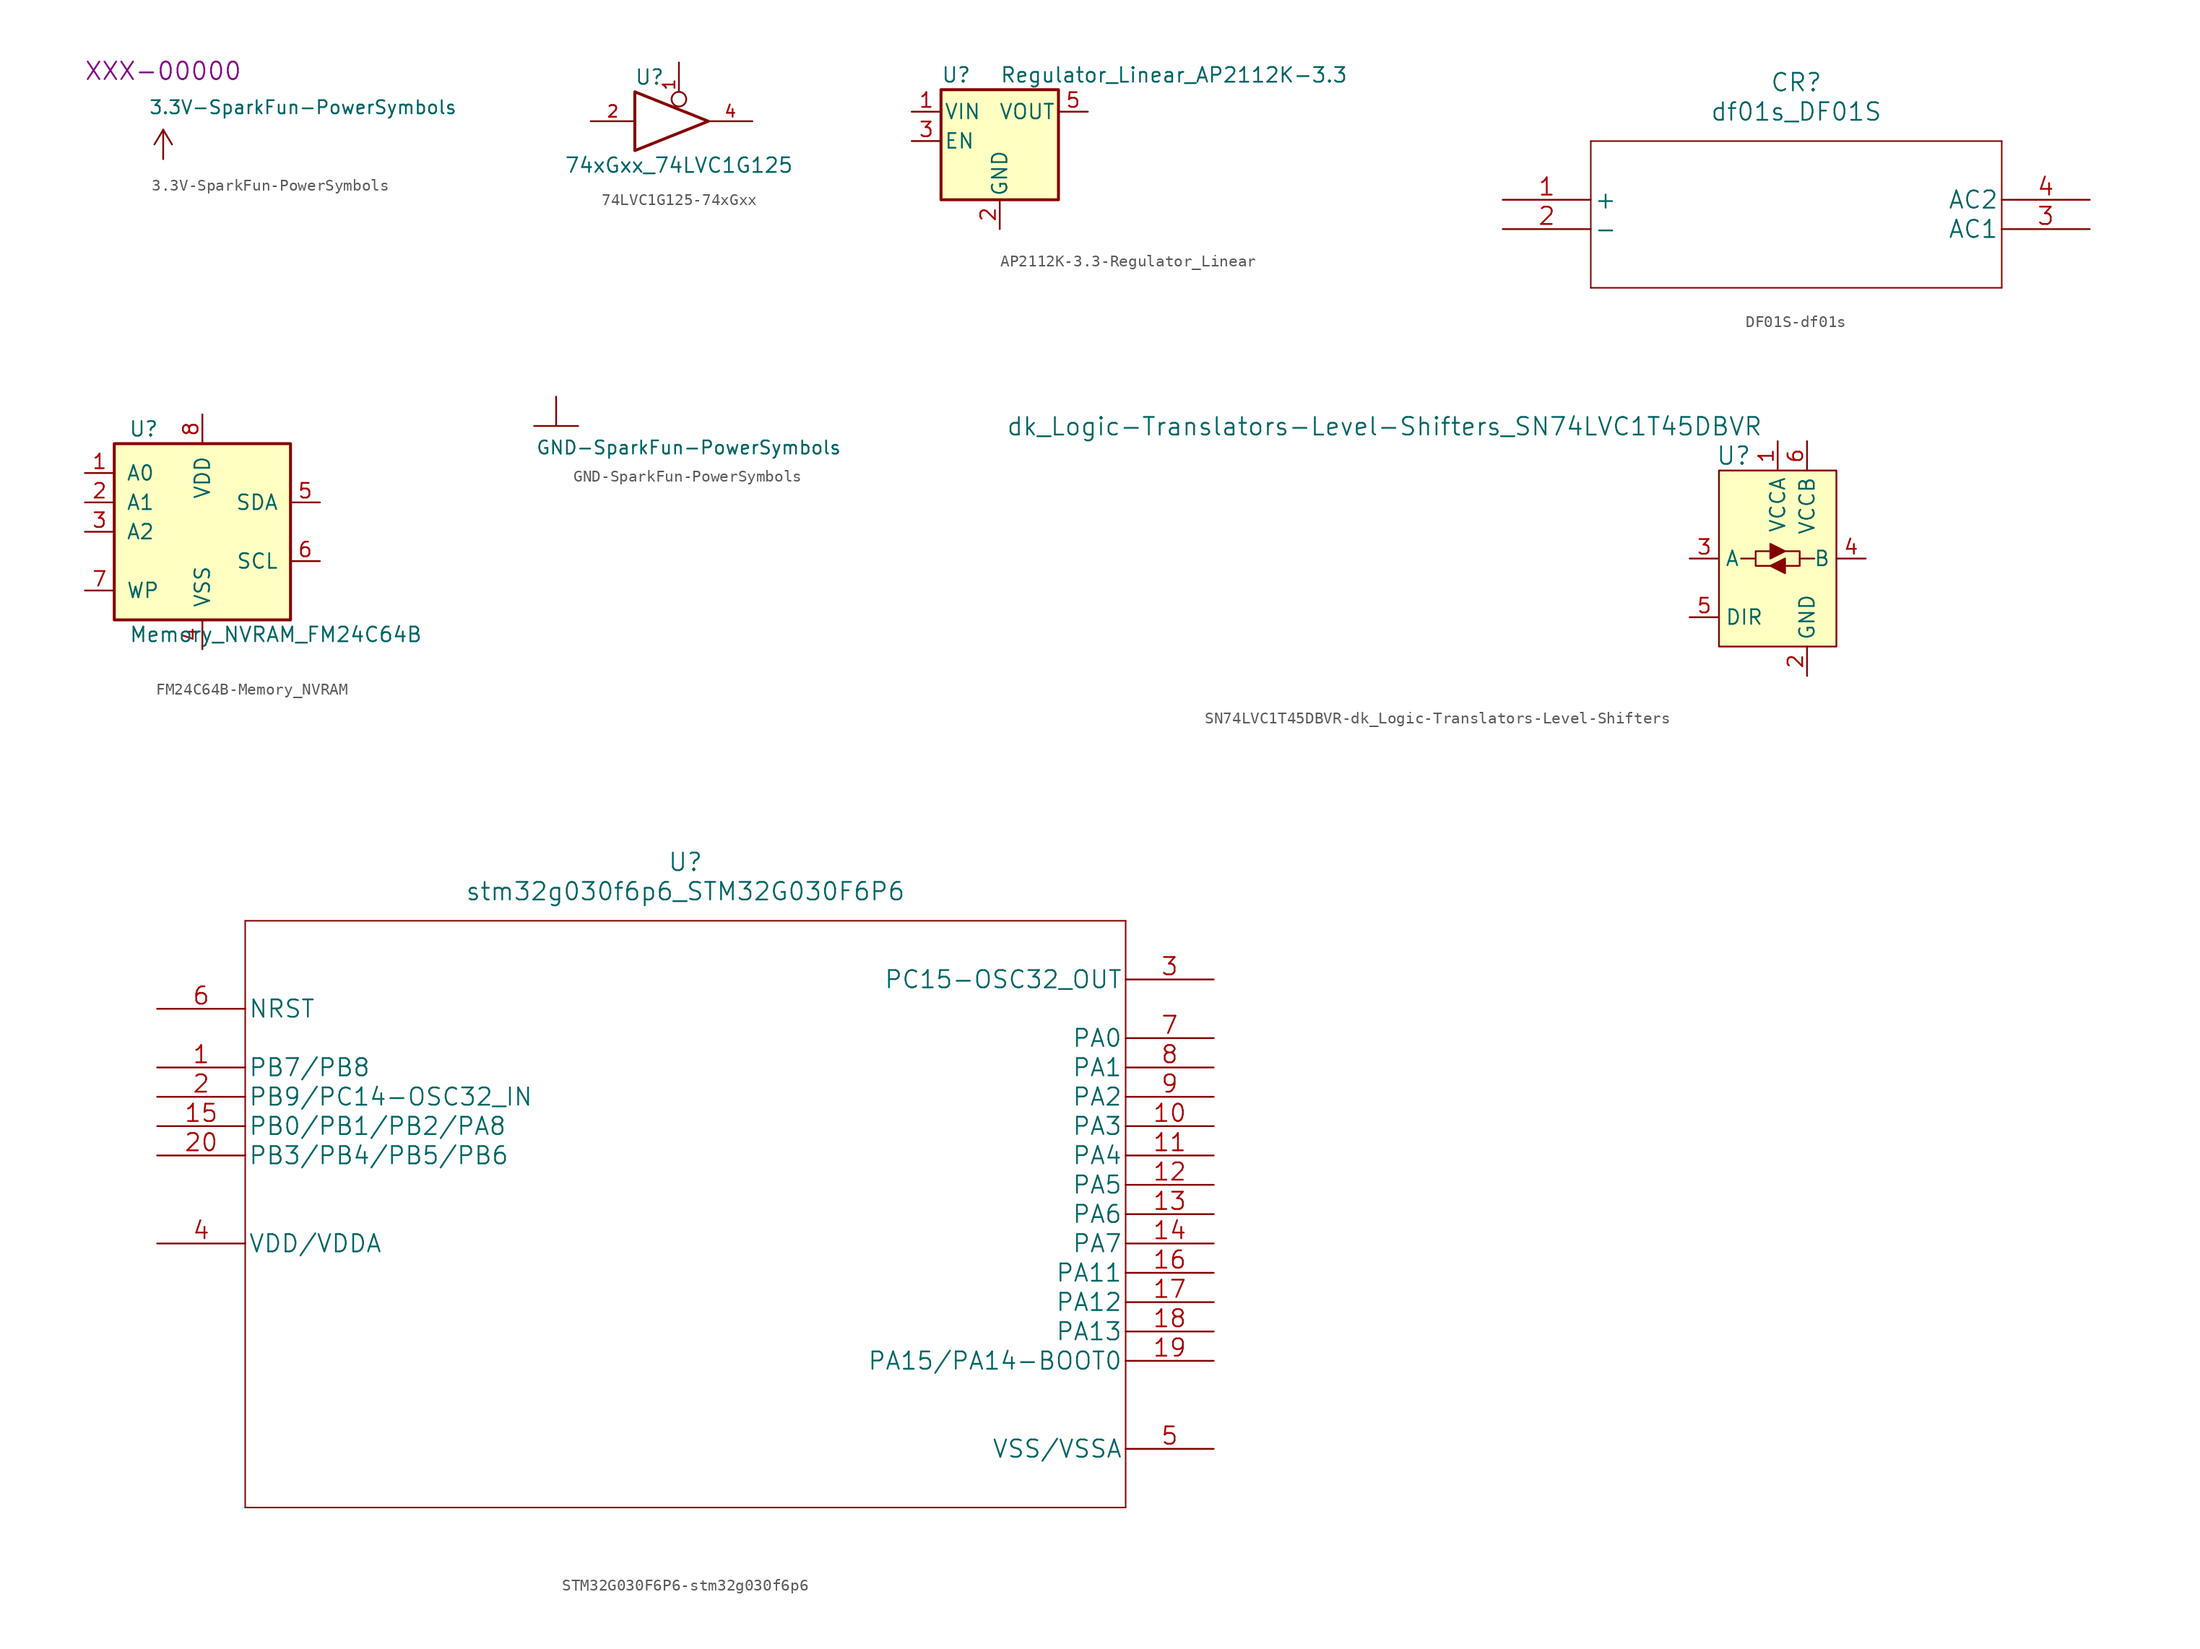
<source format=kicad_sym>
(kicad_symbol_lib
  (version 20220914)
  (generator kicad_symbol_editor)
  (symbol "3.3V-SparkFun-PowerSymbols"
    (power)
    (pin_numbers hide)
    (pin_names
      (offset 1.016) hide)
    (property "Reference" "#SUPPLY"
      (at 1.27 0 0)
      (effects (font (size 1.143 1.143)) (justify left bottom) hide))
    (property "Value" "3.3V-SparkFun-PowerSymbols"
      (at -1.27 3.81 0)
      (effects (font (size 1.143 1.143)) (justify left bottom)))
    (property "Footprint" "XXX-00000"
      (at 0 7.62 0)
      (effects (font (size 1.524 1.524))))
    (property "ki_locked" ""
      (at 0 0 0)
      (effects (font (size 1.27 1.27))))
    (symbol "3.3V-SparkFun-PowerSymbols_1_0"
      (polyline (pts (xy 0 0) (xy 0 2.54)) (stroke (width 0) (type solid)) (fill (type none)))
      (polyline (pts (xy 0 2.54) (xy -0.762 1.27)) (stroke (width 0) (type solid)) (fill (type none)))
      (polyline (pts (xy 0.762 1.27) (xy 0 2.54)) (stroke (width 0) (type solid)) (fill (type none))))
    (symbol "3.3V-SparkFun-PowerSymbols_1_1"
      (pin power_in line (at 0 0 90) (length 0) hide (name "3.3V" (effects (font (size 1.016 1.016)))) (number "~" (effects (font (size 1.016 1.016)))))))
  (symbol "74LVC1G125-74xGxx"
    (pin_names
      (offset 1.016))
    (property "Reference" "U"
      (at -2.54 3.81 0)
      (effects (font (size 1.27 1.27))))
    (property "Value" "74xGxx_74LVC1G125"
      (at 0 -3.81 0)
      (effects (font (size 1.27 1.27))))
    (symbol "74LVC1G125-74xGxx_0_1"
      (polyline (pts (xy -3.81 2.54) (xy -3.81 -2.54) (xy 2.54 0) (xy -3.81 2.54)) (stroke (width 0.254) (type solid)) (fill (type none))))
    (symbol "74LVC1G125-74xGxx_1_1"
      (pin input inverted (at 0 5.08 270) (length 3.81) (name "~" (effects (font (size 1.016 1.016)))) (number "1" (effects (font (size 1.016 1.016)))))
      (pin input line (at -7.62 0 0) (length 3.81) (name "~" (effects (font (size 1.016 1.016)))) (number "2" (effects (font (size 1.016 1.016)))))
      (pin power_in line (at 1.27 -1.27 270) (length 0) hide (name "GND" (effects (font (size 1.016 1.016)))) (number "3" (effects (font (size 1.016 1.016)))))
      (pin tri_state line (at 6.35 0 180) (length 3.81) (name "~" (effects (font (size 1.016 1.016)))) (number "4" (effects (font (size 1.016 1.016)))))
      (pin power_in line (at 1.27 1.27 90) (length 0) hide (name "VCC" (effects (font (size 1.016 1.016)))) (number "5" (effects (font (size 1.016 1.016)))))))
  (symbol "AP2112K-3.3-Regulator_Linear"
    (pin_names
      (offset 0.254))
    (property "Reference" "U"
      (at -5.08 5.715 0)
      (effects (font (size 1.27 1.27)) (justify left)))
    (property "Value" "Regulator_Linear_AP2112K-3.3"
      (at 0 5.715 0)
      (effects (font (size 1.27 1.27)) (justify left)))
    (symbol "AP2112K-3.3-Regulator_Linear_0_1"
      (rectangle (start -5.08 4.445) (end 5.08 -5.08) (stroke (width 0.254) (type solid)) (fill (type background))))
    (symbol "AP2112K-3.3-Regulator_Linear_1_1"
      (pin power_in line (at -7.62 2.54 0) (length 2.54) (name "VIN" (effects (font (size 1.27 1.27)))) (number "1" (effects (font (size 1.27 1.27)))))
      (pin power_in line (at 0 -7.62 90) (length 2.54) (name "GND" (effects (font (size 1.27 1.27)))) (number "2" (effects (font (size 1.27 1.27)))))
      (pin input line (at -7.62 0 0) (length 2.54) (name "EN" (effects (font (size 1.27 1.27)))) (number "3" (effects (font (size 1.27 1.27)))))
      (pin no_connect line (at 7.62 0 180) (length 2.54) hide (name "NC" (effects (font (size 1.27 1.27)))) (number "4" (effects (font (size 1.27 1.27)))))
      (pin power_out line (at 7.62 2.54 180) (length 2.54) (name "VOUT" (effects (font (size 1.27 1.27)))) (number "5" (effects (font (size 1.27 1.27)))))))
  (symbol "DF01S-df01s"
    (pin_names
      (offset 0.254))
    (property "Reference" "CR"
      (at 25.4 10.16 0)
      (effects (font (size 1.524 1.524))))
    (property "Value" "df01s_DF01S"
      (at 25.4 7.62 0)
      (effects (font (size 1.524 1.524))))
    (property "Datasheet" ""
      (at 0 0 0)
      (effects (font (size 1.524 1.524))))
    (property "ki_locked" ""
      (at 0 0 0)
      (effects (font (size 1.27 1.27))))
    (symbol "DF01S-df01s_1_1"
      (polyline (pts (xy 7.62 -7.62) (xy 43.18 -7.62)) (stroke (width 0.127) (type solid)) (fill (type none)))
      (polyline (pts (xy 7.62 5.08) (xy 7.62 -7.62)) (stroke (width 0.127) (type solid)) (fill (type none)))
      (polyline (pts (xy 43.18 -7.62) (xy 43.18 5.08)) (stroke (width 0.127) (type solid)) (fill (type none)))
      (polyline (pts (xy 43.18 5.08) (xy 7.62 5.08)) (stroke (width 0.127) (type solid)) (fill (type none)))
      (pin input line (at 0 0 0) (length 7.62) (name "+" (effects (font (size 1.499 1.499)))) (number "1" (effects (font (size 1.499 1.499)))))
      (pin power_in line (at 0 -2.54 0) (length 7.62) (name "-" (effects (font (size 1.499 1.499)))) (number "2" (effects (font (size 1.499 1.499)))))
      (pin power_in line (at 50.8 -2.54 180) (length 7.62) (name "AC1" (effects (font (size 1.499 1.499)))) (number "3" (effects (font (size 1.499 1.499)))))
      (pin power_in line (at 50.8 0 180) (length 7.62) (name "AC2" (effects (font (size 1.499 1.499)))) (number "4" (effects (font (size 1.499 1.499)))))))
  (symbol "FM24C64B-Memory_NVRAM"
    (pin_names
      (offset 1.016))
    (property "Reference" "U"
      (at -5.08 8.89 0)
      (effects (font (size 1.27 1.27))))
    (property "Value" "Memory_NVRAM_FM24C64B"
      (at 6.35 -8.89 0)
      (effects (font (size 1.27 1.27))))
    (symbol "FM24C64B-Memory_NVRAM_0_1"
      (rectangle (start -7.62 7.62) (end 7.62 -7.62) (stroke (width 0.254) (type solid)) (fill (type background))))
    (symbol "FM24C64B-Memory_NVRAM_1_1"
      (pin input line (at -10.16 5.08 0) (length 2.54) (name "A0" (effects (font (size 1.27 1.27)))) (number "1" (effects (font (size 1.27 1.27)))))
      (pin input line (at -10.16 2.54 0) (length 2.54) (name "A1" (effects (font (size 1.27 1.27)))) (number "2" (effects (font (size 1.27 1.27)))))
      (pin input line (at -10.16 0 0) (length 2.54) (name "A2" (effects (font (size 1.27 1.27)))) (number "3" (effects (font (size 1.27 1.27)))))
      (pin power_in line (at 0 -10.16 90) (length 2.54) (name "VSS" (effects (font (size 1.27 1.27)))) (number "4" (effects (font (size 1.27 1.27)))))
      (pin bidirectional line (at 10.16 2.54 180) (length 2.54) (name "SDA" (effects (font (size 1.27 1.27)))) (number "5" (effects (font (size 1.27 1.27)))))
      (pin input line (at 10.16 -2.54 180) (length 2.54) (name "SCL" (effects (font (size 1.27 1.27)))) (number "6" (effects (font (size 1.27 1.27)))))
      (pin input line (at -10.16 -5.08 0) (length 2.54) (name "WP" (effects (font (size 1.27 1.27)))) (number "7" (effects (font (size 1.27 1.27)))))
      (pin power_in line (at 0 10.16 270) (length 2.54) (name "VDD" (effects (font (size 1.27 1.27)))) (number "8" (effects (font (size 1.27 1.27)))))))
  (symbol "GND-SparkFun-PowerSymbols"
    (power)
    (pin_numbers hide)
    (pin_names
      (offset 1.016) hide)
    (property "Reference" "#GND"
      (at 1.27 -1.27 0)
      (effects (font (size 1.143 1.143)) (justify left bottom) hide))
    (property "Value" "GND-SparkFun-PowerSymbols"
      (at -1.778 -5.08 0)
      (effects (font (size 1.143 1.143)) (justify left bottom)))
    (property "ki_locked" ""
      (at 0 0 0)
      (effects (font (size 1.27 1.27))))
    (symbol "GND-SparkFun-PowerSymbols_1_0"
      (polyline (pts (xy -1.905 -2.54) (xy 1.905 -2.54)) (stroke (width 0) (type solid)) (fill (type none)))
      (polyline (pts (xy 0 0) (xy 0 -2.54)) (stroke (width 0) (type solid)) (fill (type none))))
    (symbol "GND-SparkFun-PowerSymbols_1_1"
      (pin power_in line (at 0 0 270) (length 0) hide (name "GND" (effects (font (size 1.016 1.016)))) (number "~" (effects (font (size 1.016 1.016)))))))
  (symbol "SN74LVC1T45DBVR-dk_Logic-Translators-Level-Shifters"
    (property "Reference" "U"
      (at -3.81 8.89 0)
      (effects (font (size 1.524 1.524))))
    (property "Value" "dk_Logic-Translators-Level-Shifters_SN74LVC1T45DBVR"
      (at -1.27 11.43 0)
      (effects (font (size 1.524 1.524)) (justify right)))
    (symbol "SN74LVC1T45DBVR-dk_Logic-Translators-Level-Shifters_0_1"
      (rectangle (start -5.08 7.62) (end 5.08 -7.62) (stroke (width 0) (type solid)) (fill (type background)))
      (polyline (pts (xy -3.175 0) (xy -1.905 0)) (stroke (width 0) (type solid)) (fill (type none)))
      (polyline (pts (xy 3.175 0) (xy 1.905 0)) (stroke (width 0) (type solid)) (fill (type none)))
      (polyline (pts (xy -1.905 0) (xy -1.905 -0.635) (xy -0.508 -0.635)) (stroke (width 0) (type solid)) (fill (type none)))
      (polyline (pts (xy -1.905 0) (xy -1.905 0.635) (xy -0.635 0.635)) (stroke (width 0) (type solid)) (fill (type none)))
      (polyline (pts (xy 1.905 0) (xy 1.905 -0.635) (xy 0.635 -0.635)) (stroke (width 0) (type solid)) (fill (type none)))
      (polyline (pts (xy 1.905 0) (xy 1.905 0.635) (xy 0.635 0.635)) (stroke (width 0) (type solid)) (fill (type none)))
      (polyline (pts (xy -0.635 1.27) (xy -0.635 0) (xy 0.635 0.635) (xy -0.635 1.27)) (stroke (width 0) (type solid)) (fill (type outline)))
      (polyline (pts (xy 0.635 0) (xy 0.635 -1.27) (xy -0.635 -0.635) (xy 0.635 0)) (stroke (width 0) (type solid)) (fill (type outline))))
    (symbol "SN74LVC1T45DBVR-dk_Logic-Translators-Level-Shifters_1_1"
      (pin power_in line (at 0 10.16 270) (length 2.54) (name "VCCA" (effects (font (size 1.27 1.27)))) (number "1" (effects (font (size 1.27 1.27)))))
      (pin power_in line (at 2.54 -10.16 90) (length 2.54) (name "GND" (effects (font (size 1.27 1.27)))) (number "2" (effects (font (size 1.27 1.27)))))
      (pin bidirectional line (at -7.62 0 0) (length 2.54) (name "A" (effects (font (size 1.27 1.27)))) (number "3" (effects (font (size 1.27 1.27)))))
      (pin bidirectional line (at 7.62 0 180) (length 2.54) (name "B" (effects (font (size 1.27 1.27)))) (number "4" (effects (font (size 1.27 1.27)))))
      (pin input line (at -7.62 -5.08 0) (length 2.54) (name "DIR" (effects (font (size 1.27 1.27)))) (number "5" (effects (font (size 1.27 1.27)))))
      (pin power_in line (at 2.54 10.16 270) (length 2.54) (name "VCCB" (effects (font (size 1.27 1.27)))) (number "6" (effects (font (size 1.27 1.27)))))))
  (symbol "STM32G030F6P6-stm32g030f6p6"
    (pin_names
      (offset 0.254))
    (property "Reference" "U"
      (at 45.72 12.7 0)
      (effects (font (size 1.524 1.524))))
    (property "Value" "stm32g030f6p6_STM32G030F6P6"
      (at 45.72 10.16 0)
      (effects (font (size 1.524 1.524))))
    (property "Datasheet" ""
      (at 0 0 0)
      (effects (font (size 1.524 1.524))))
    (property "ki_locked" ""
      (at 0 0 0)
      (effects (font (size 1.27 1.27))))
    (symbol "STM32G030F6P6-stm32g030f6p6_1_1"
      (polyline (pts (xy 7.62 -43.18) (xy 83.82 -43.18)) (stroke (width 0.127) (type solid)) (fill (type none)))
      (polyline (pts (xy 7.62 7.62) (xy 7.62 -43.18)) (stroke (width 0.127) (type solid)) (fill (type none)))
      (polyline (pts (xy 83.82 -43.18) (xy 83.82 7.62)) (stroke (width 0.127) (type solid)) (fill (type none)))
      (polyline (pts (xy 83.82 7.62) (xy 7.62 7.62)) (stroke (width 0.127) (type solid)) (fill (type none)))
      (pin bidirectional line (at 0 -5.08 0) (length 7.62) (name "PB7/PB8" (effects (font (size 1.499 1.499)))) (number "1" (effects (font (size 1.499 1.499)))))
      (pin bidirectional line (at 91.44 -10.16 180) (length 7.62) (name "PA3" (effects (font (size 1.499 1.499)))) (number "10" (effects (font (size 1.499 1.499)))))
      (pin bidirectional line (at 91.44 -12.7 180) (length 7.62) (name "PA4" (effects (font (size 1.499 1.499)))) (number "11" (effects (font (size 1.499 1.499)))))
      (pin bidirectional line (at 91.44 -15.24 180) (length 7.62) (name "PA5" (effects (font (size 1.499 1.499)))) (number "12" (effects (font (size 1.499 1.499)))))
      (pin bidirectional line (at 91.44 -17.78 180) (length 7.62) (name "PA6" (effects (font (size 1.499 1.499)))) (number "13" (effects (font (size 1.499 1.499)))))
      (pin bidirectional line (at 91.44 -20.32 180) (length 7.62) (name "PA7" (effects (font (size 1.499 1.499)))) (number "14" (effects (font (size 1.499 1.499)))))
      (pin bidirectional line (at 0 -10.16 0) (length 7.62) (name "PB0/PB1/PB2/PA8" (effects (font (size 1.499 1.499)))) (number "15" (effects (font (size 1.499 1.499)))))
      (pin bidirectional line (at 91.44 -22.86 180) (length 7.62) (name "PA11" (effects (font (size 1.499 1.499)))) (number "16" (effects (font (size 1.499 1.499)))))
      (pin bidirectional line (at 91.44 -25.4 180) (length 7.62) (name "PA12" (effects (font (size 1.499 1.499)))) (number "17" (effects (font (size 1.499 1.499)))))
      (pin bidirectional line (at 91.44 -27.94 180) (length 7.62) (name "PA13" (effects (font (size 1.499 1.499)))) (number "18" (effects (font (size 1.499 1.499)))))
      (pin bidirectional line (at 91.44 -30.48 180) (length 7.62) (name "PA15/PA14-BOOT0" (effects (font (size 1.499 1.499)))) (number "19" (effects (font (size 1.499 1.499)))))
      (pin bidirectional line (at 0 -7.62 0) (length 7.62) (name "PB9/PC14-OSC32_IN" (effects (font (size 1.499 1.499)))) (number "2" (effects (font (size 1.499 1.499)))))
      (pin bidirectional line (at 0 -12.7 0) (length 7.62) (name "PB3/PB4/PB5/PB6" (effects (font (size 1.499 1.499)))) (number "20" (effects (font (size 1.499 1.499)))))
      (pin bidirectional line (at 91.44 2.54 180) (length 7.62) (name "PC15-OSC32_OUT" (effects (font (size 1.499 1.499)))) (number "3" (effects (font (size 1.499 1.499)))))
      (pin power_in line (at 0 -20.32 0) (length 7.62) (name "VDD/VDDA" (effects (font (size 1.499 1.499)))) (number "4" (effects (font (size 1.499 1.499)))))
      (pin power_in line (at 91.44 -38.1 180) (length 7.62) (name "VSS/VSSA" (effects (font (size 1.499 1.499)))) (number "5" (effects (font (size 1.499 1.499)))))
      (pin bidirectional line (at 0 0 0) (length 7.62) (name "NRST" (effects (font (size 1.499 1.499)))) (number "6" (effects (font (size 1.499 1.499)))))
      (pin bidirectional line (at 91.44 -2.54 180) (length 7.62) (name "PA0" (effects (font (size 1.499 1.499)))) (number "7" (effects (font (size 1.499 1.499)))))
      (pin bidirectional line (at 91.44 -5.08 180) (length 7.62) (name "PA1" (effects (font (size 1.499 1.499)))) (number "8" (effects (font (size 1.499 1.499)))))
      (pin bidirectional line (at 91.44 -7.62 180) (length 7.62) (name "PA2" (effects (font (size 1.499 1.499)))) (number "9" (effects (font (size 1.499 1.499))))))))
</source>
